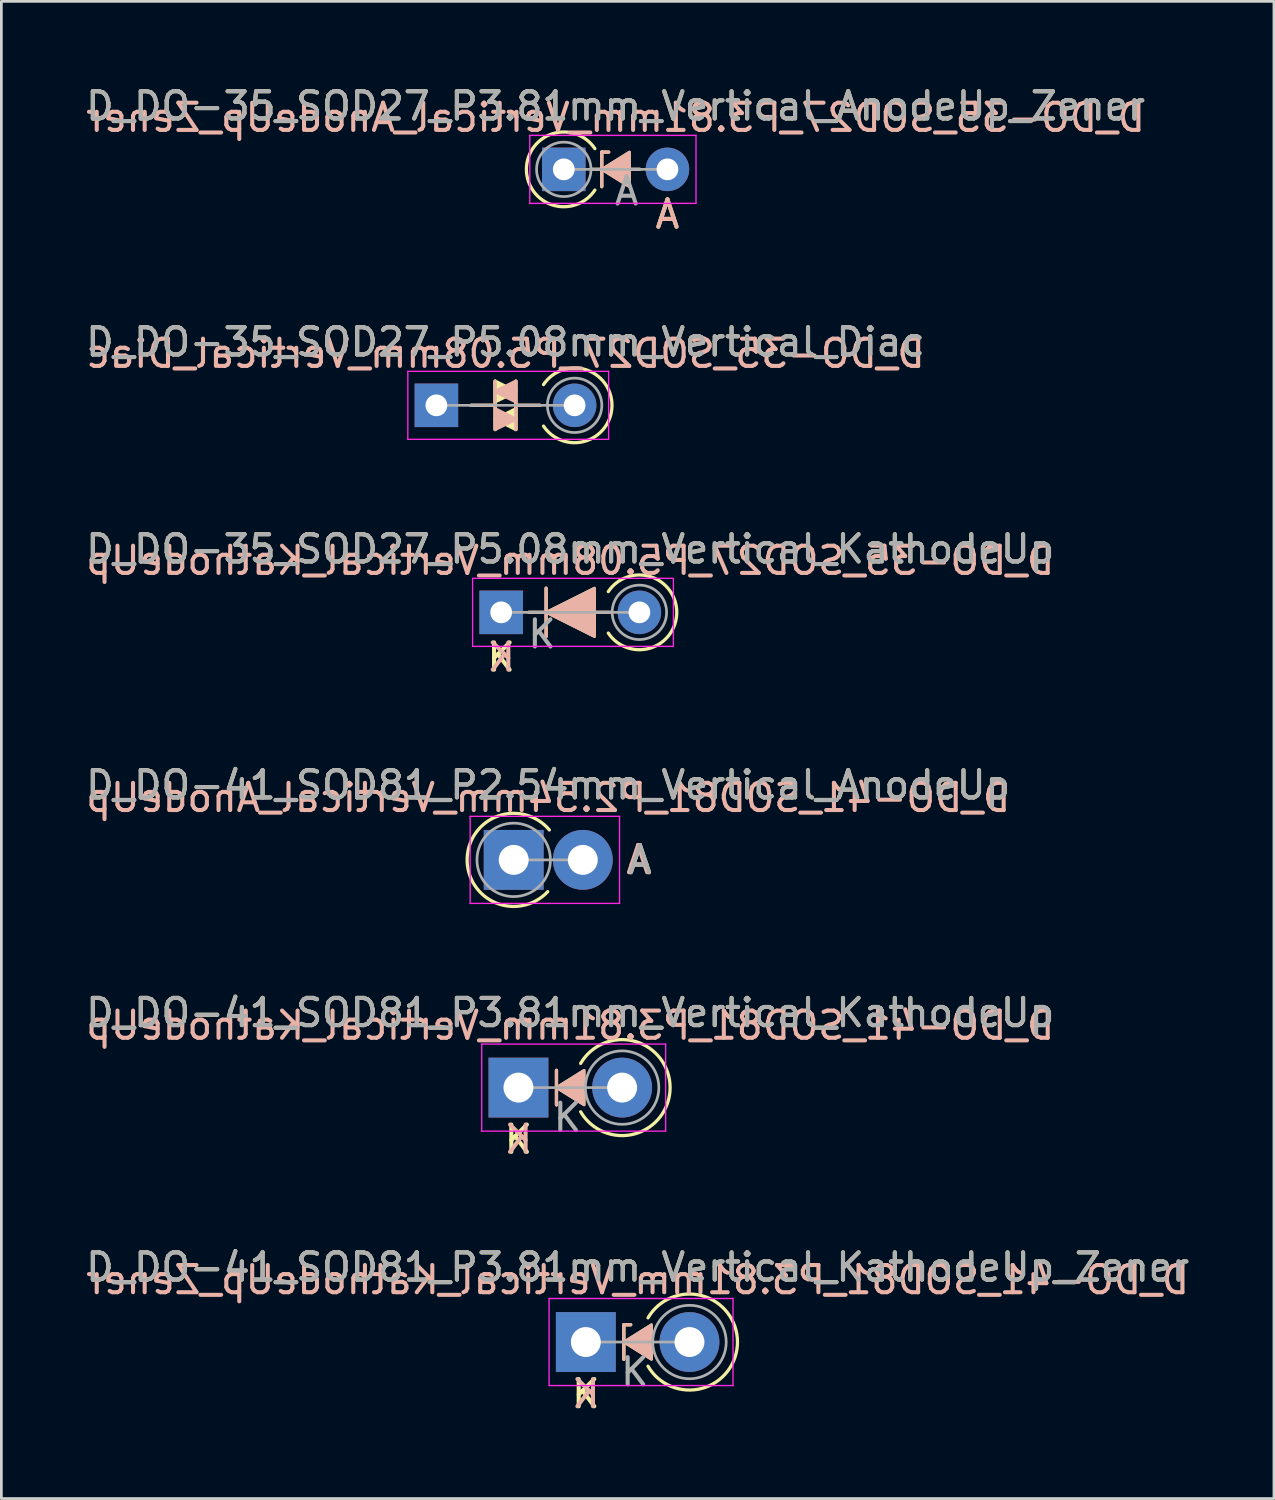
<source format=kicad_pcb>
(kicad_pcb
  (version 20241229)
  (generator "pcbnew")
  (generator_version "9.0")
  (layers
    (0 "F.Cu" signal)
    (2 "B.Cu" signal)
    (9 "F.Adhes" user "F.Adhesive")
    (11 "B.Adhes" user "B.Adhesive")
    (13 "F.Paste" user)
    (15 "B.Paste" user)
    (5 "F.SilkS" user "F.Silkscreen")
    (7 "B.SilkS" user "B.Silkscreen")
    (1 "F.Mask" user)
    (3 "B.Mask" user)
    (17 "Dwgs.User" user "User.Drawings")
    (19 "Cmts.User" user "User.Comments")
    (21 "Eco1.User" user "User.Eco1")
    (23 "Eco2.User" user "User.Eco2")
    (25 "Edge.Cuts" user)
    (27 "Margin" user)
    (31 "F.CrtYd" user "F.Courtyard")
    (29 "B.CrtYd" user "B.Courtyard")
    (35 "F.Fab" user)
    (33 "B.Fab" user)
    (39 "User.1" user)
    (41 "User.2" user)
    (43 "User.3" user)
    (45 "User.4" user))
  (footprint "D_DO-41_SOD81_P2.54mm_Vertical_AnodeUp"
    (layer "F.Cu")
    (at 15.831 28.555)
    (property "Reference" "D_DO-41_SOD81_P2.54mm_Vertical_AnodeUp" (at 1.27 -2.751 0) (layer "F.SilkS") (effects (font (size 1 1) (thickness 0.15))))
    (fp_arc (start 1.251551 1.167366) (mid -1.710877 -0.044974) (end 1.311153 -1.1) (stroke (width 0.12) (type solid)) (layer "F.SilkS"))
    (fp_line (start -1.6 -1.6) (end -1.6 1.6) (stroke (width 0.05) (type solid)) (layer "F.CrtYd"))
    (fp_line (start -1.6 1.6) (end 3.89 1.6) (stroke (width 0.05) (type solid)) (layer "F.CrtYd"))
    (fp_line (start 3.89 -1.6) (end -1.6 -1.6) (stroke (width 0.05) (type solid)) (layer "F.CrtYd"))
    (fp_line (start 3.89 1.6) (end 3.89 -1.6) (stroke (width 0.05) (type solid)) (layer "F.CrtYd"))
    (fp_line (start 0 0) (end 2.54 0) (stroke (width 0.1) (type solid)) (layer "F.Fab"))
    (fp_circle (center 0 0) (end 1.35 0) (stroke (width 0.1) (type solid)) (fill no) (layer "F.Fab"))
    (fp_text user "A" (at 4.64 0 0) (layer "F.SilkS") (effects (font (size 1 1) (thickness 0.15))))
    (fp_text user "A" (at 4.572 0 0) (layer "B.SilkS") (effects (font (size 1 1) (thickness 0.15)) (justify mirror)))
    (fp_text user "${REFERENCE}" (at 1.27 -2.286 0) (layer "B.SilkS") (effects (font (size 1 1) (thickness 0.15)) (justify mirror)))
    (fp_text user "A" (at 4.64 0 0) (layer "F.Fab") (effects (font (size 1 1) (thickness 0.15))))
    (fp_text user "${REFERENCE}" (at 1.27 -2.751 0) (layer "F.Fab") (effects (font (size 1 1) (thickness 0.15))))
    (pad "1" thru_hole rect (at 0 0) (size 2.2 2.2) (drill 1.1) (layers "*.Cu" "*.Mask"))
    (pad "2" thru_hole oval (at 2.54 0) (size 2.2 2.2) (drill 1.1) (layers "*.Cu" "*.Mask")))
  (footprint "D_DO-41_SOD81_P3.81mm_Vertical_KathodeUp_Zener"
    (layer "F.Cu")
    (at 18.482 46.277)
    (property "Reference" "D_DO-41_SOD81_P3.81mm_Vertical_KathodeUp_Zener" (at 1.905 -2.751 0) (layer "F.SilkS") (effects (font (size 1 1) (thickness 0.15))))
    (fp_line (start 1.397 -0.635) (end 1.397 0.635) (stroke (width 0.12) (type solid)) (layer "F.SilkS"))
    (fp_line (start 1.397 -0.635) (end 1.651 -0.635) (stroke (width 0.12) (type solid)) (layer "F.SilkS"))
    (fp_arc (start 2.286 -0.888999) (mid 5.574339 0.000001) (end 2.286 0.889) (stroke (width 0.12) (type solid)) (layer "F.SilkS"))
    (fp_poly (pts (xy 2.413 0.635) (xy 1.397 0) (xy 2.413 -0.635)) (stroke (width 0.1) (type solid)) (fill yes) (layer "F.SilkS"))
    (fp_line (start 1.397 -0.635) (end 1.651 -0.635) (stroke (width 0.12) (type solid)) (layer "B.SilkS"))
    (fp_line (start 1.397 0.635) (end 1.397 -0.635) (stroke (width 0.12) (type solid)) (layer "B.SilkS"))
    (fp_poly (pts (xy 2.413 -0.635) (xy 1.397 0) (xy 2.413 0.635)) (stroke (width 0.1) (type solid)) (fill yes) (layer "B.SilkS"))
    (fp_line (start -1.35 -1.6) (end -1.35 1.6) (stroke (width 0.05) (type solid)) (layer "F.CrtYd"))
    (fp_line (start -1.35 1.6) (end 5.41 1.6) (stroke (width 0.05) (type solid)) (layer "F.CrtYd"))
    (fp_line (start 5.41 -1.6) (end -1.35 -1.6) (stroke (width 0.05) (type solid)) (layer "F.CrtYd"))
    (fp_line (start 5.41 1.6) (end 5.41 -1.6) (stroke (width 0.05) (type solid)) (layer "F.CrtYd"))
    (fp_line (start 0 0) (end 3.81 0) (stroke (width 0.1) (type solid)) (layer "F.Fab"))
    (fp_circle (center 3.81 0) (end 5.16 0) (stroke (width 0.1) (type solid)) (fill no) (layer "F.Fab"))
    (fp_text user "K" (at 0 1.905 0) (layer "F.SilkS") (effects (font (size 1 1) (thickness 0.15))))
    (fp_text user "K" (at 0 1.905 0) (layer "B.SilkS") (effects (font (size 1 1) (thickness 0.15)) (justify mirror)))
    (fp_text user "${REFERENCE}" (at 1.905 -2.286 0) (layer "B.SilkS") (effects (font (size 1 1) (thickness 0.15)) (justify mirror)))
    (fp_text user "${REFERENCE}" (at 1.905 -2.751 0) (layer "F.Fab") (effects (font (size 1 1) (thickness 0.15))))
    (fp_text user "K" (at 1.8 1.1 0) (layer "F.Fab") (effects (font (size 1 1) (thickness 0.15))))
    (pad "1" thru_hole rect (at 0 0) (size 2.2 2.2) (drill 1.1) (layers "*.Cu" "*.Mask"))
    (pad "2" thru_hole oval (at 3.81 0) (size 2.2 2.2) (drill 1.1) (layers "*.Cu" "*.Mask")))
  (footprint "D_DO-41_SOD81_P3.81mm_Vertical_KathodeUp"
    (layer "F.Cu")
    (at 16.006 36.925)
    (property "Reference" "D_DO-41_SOD81_P3.81mm_Vertical_KathodeUp" (at 1.905 -2.751 0) (layer "F.SilkS") (effects (font (size 1 1) (thickness 0.15))))
    (fp_line (start 1.397 -0.635) (end 1.397 0.635) (stroke (width 0.12) (type solid)) (layer "F.SilkS"))
    (fp_arc (start 2.286 -0.888999) (mid 5.574339 0.000001) (end 2.286 0.889) (stroke (width 0.12) (type solid)) (layer "F.SilkS"))
    (fp_poly (pts (xy 2.413 0.635) (xy 1.397 0) (xy 2.413 -0.635)) (stroke (width 0.1) (type solid)) (fill yes) (layer "F.SilkS"))
    (fp_line (start 1.397 0.635) (end 1.397 -0.635) (stroke (width 0.12) (type solid)) (layer "B.SilkS"))
    (fp_poly (pts (xy 2.413 -0.635) (xy 1.397 0) (xy 2.413 0.635)) (stroke (width 0.1) (type solid)) (fill yes) (layer "B.SilkS"))
    (fp_line (start -1.35 -1.6) (end -1.35 1.6) (stroke (width 0.05) (type solid)) (layer "F.CrtYd"))
    (fp_line (start -1.35 1.6) (end 5.41 1.6) (stroke (width 0.05) (type solid)) (layer "F.CrtYd"))
    (fp_line (start 5.41 -1.6) (end -1.35 -1.6) (stroke (width 0.05) (type solid)) (layer "F.CrtYd"))
    (fp_line (start 5.41 1.6) (end 5.41 -1.6) (stroke (width 0.05) (type solid)) (layer "F.CrtYd"))
    (fp_line (start 0 0) (end 3.81 0) (stroke (width 0.1) (type solid)) (layer "F.Fab"))
    (fp_circle (center 3.81 0) (end 5.16 0) (stroke (width 0.1) (type solid)) (fill no) (layer "F.Fab"))
    (fp_text user "K" (at 0 1.905 0) (layer "F.SilkS") (effects (font (size 1 1) (thickness 0.15))))
    (fp_text user "${REFERENCE}" (at 1.905 -2.286 0) (layer "B.SilkS") (effects (font (size 1 1) (thickness 0.15)) (justify mirror)))
    (fp_text user "K" (at 0 1.905 0) (layer "B.SilkS") (effects (font (size 1 1) (thickness 0.15)) (justify mirror)))
    (fp_text user "K" (at 1.8 1.1 0) (layer "F.Fab") (effects (font (size 1 1) (thickness 0.15))))
    (fp_text user "${REFERENCE}" (at 1.905 -2.751 0) (layer "F.Fab") (effects (font (size 1 1) (thickness 0.15))))
    (pad "1" thru_hole rect (at 0 0) (size 2.2 2.2) (drill 1.1) (layers "*.Cu" "*.Mask"))
    (pad "2" thru_hole oval (at 3.81 0) (size 2.2 2.2) (drill 1.1) (layers "*.Cu" "*.Mask")))
  (footprint "D_DO-35_SOD27_P5.08mm_Vertical_Diac"
    (layer "F.Cu")
    (at 12.99 11.848)
    (property "Reference" "D_DO-35_SOD27_P5.08mm_Vertical_Diac" (at 2.54 -2.326 0) (layer "F.SilkS") (effects (font (size 1 1) (thickness 0.15))))
    (fp_line (start 1.27 0) (end 2.159 0) (stroke (width 0.12) (type solid)) (layer "F.SilkS"))
    (fp_line (start 2.159 -0.889) (end 2.159 0.889) (stroke (width 0.12) (type solid)) (layer "F.SilkS"))
    (fp_line (start 2.921 -0.889) (end 2.921 0.889) (stroke (width 0.12) (type solid)) (layer "F.SilkS"))
    (fp_line (start 3.81 0) (end 2.921 0) (stroke (width 0.12) (type solid)) (layer "F.SilkS"))
    (fp_arc (start 3.937 -0.761998) (mid 6.453713 0.000001) (end 3.937 0.762) (stroke (width 0.12) (type solid)) (layer "F.SilkS"))
    (fp_poly (pts (xy 2.921 -0.508) (xy 2.159 -0.127) (xy 2.159 -0.889)) (stroke (width 0.12) (type solid)) (fill yes) (layer "F.SilkS"))
    (fp_poly (pts (xy 2.921 0.889) (xy 2.159 0.508) (xy 2.921 0.127)) (stroke (width 0.12) (type solid)) (fill yes) (layer "F.SilkS"))
    (fp_line (start 1.27 0) (end 2.159 0) (stroke (width 0.12) (type solid)) (layer "B.SilkS"))
    (fp_line (start 2.159 0.889) (end 2.159 -0.889) (stroke (width 0.12) (type solid)) (layer "B.SilkS"))
    (fp_line (start 2.921 0.889) (end 2.921 -0.889) (stroke (width 0.12) (type solid)) (layer "B.SilkS"))
    (fp_line (start 3.81 0) (end 2.921 0) (stroke (width 0.12) (type solid)) (layer "B.SilkS"))
    (fp_poly (pts (xy 2.921 -0.889) (xy 2.159 -0.508) (xy 2.921 -0.127)) (stroke (width 0.12) (type solid)) (fill yes) (layer "B.SilkS"))
    (fp_poly (pts (xy 2.921 0.508) (xy 2.159 0.127) (xy 2.159 0.889)) (stroke (width 0.12) (type solid)) (fill yes) (layer "B.SilkS"))
    (fp_line (start -1.05 -1.25) (end -1.05 1.25) (stroke (width 0.05) (type solid)) (layer "F.CrtYd"))
    (fp_line (start -1.05 1.25) (end 6.33 1.25) (stroke (width 0.05) (type solid)) (layer "F.CrtYd"))
    (fp_line (start 6.33 -1.25) (end -1.05 -1.25) (stroke (width 0.05) (type solid)) (layer "F.CrtYd"))
    (fp_line (start 6.33 1.25) (end 6.33 -1.25) (stroke (width 0.05) (type solid)) (layer "F.CrtYd"))
    (fp_line (start 0 0) (end 5.08 0) (stroke (width 0.1) (type solid)) (layer "F.Fab"))
    (fp_circle (center 5.08 0) (end 6.08 0) (stroke (width 0.1) (type solid)) (fill no) (layer "F.Fab"))
    (fp_text user "${REFERENCE}" (at 2.54 -1.905 0) (layer "B.SilkS") (effects (font (size 1 1) (thickness 0.15)) (justify mirror)))
    (fp_text user "${REFERENCE}" (at 2.54 -2.326 0) (layer "F.Fab") (effects (font (size 1 1) (thickness 0.15))))
    (pad "1" thru_hole rect (at 0 0) (size 1.6 1.6) (drill 0.8) (layers "*.Cu" "*.Mask"))
    (pad "2" thru_hole oval (at 5.08 0) (size 1.6 1.6) (drill 0.8) (layers "*.Cu" "*.Mask")))
  (footprint "D_DO-35_SOD27_P5.08mm_Vertical_KathodeUp"
    (layer "F.Cu")
    (at 15.371 19.457)
    (property "Reference" "D_DO-35_SOD27_P5.08mm_Vertical_KathodeUp" (at 2.54 -2.326 0) (layer "F.SilkS") (effects (font (size 1 1) (thickness 0.15))))
    (fp_line (start 1.651 -0.889) (end 1.651 0.889) (stroke (width 0.12) (type solid)) (layer "F.SilkS"))
    (fp_line (start 4.064 0) (end 1.016 0) (stroke (width 0.12) (type solid)) (layer "F.SilkS"))
    (fp_arc (start 3.937 -0.761998) (mid 6.453713 0.000001) (end 3.937 0.762) (stroke (width 0.12) (type solid)) (layer "F.SilkS"))
    (fp_poly (pts (xy 3.429 0.889) (xy 1.651 0) (xy 3.429 -0.889)) (stroke (width 0.1) (type solid)) (fill yes) (layer "F.SilkS"))
    (fp_line (start 1.651 0.889) (end 1.651 -0.889) (stroke (width 0.12) (type solid)) (layer "B.SilkS"))
    (fp_line (start 4.064 0) (end 1.016 0) (stroke (width 0.12) (type solid)) (layer "B.SilkS"))
    (fp_poly (pts (xy 3.429 -0.889) (xy 1.651 0) (xy 3.429 0.889)) (stroke (width 0.1) (type solid)) (fill yes) (layer "B.SilkS"))
    (fp_line (start -1.05 -1.25) (end -1.05 1.25) (stroke (width 0.05) (type solid)) (layer "F.CrtYd"))
    (fp_line (start -1.05 1.25) (end 6.33 1.25) (stroke (width 0.05) (type solid)) (layer "F.CrtYd"))
    (fp_line (start 6.33 -1.25) (end -1.05 -1.25) (stroke (width 0.05) (type solid)) (layer "F.CrtYd"))
    (fp_line (start 6.33 1.25) (end 6.33 -1.25) (stroke (width 0.05) (type solid)) (layer "F.CrtYd"))
    (fp_line (start 0 0) (end 5.08 0) (stroke (width 0.1) (type solid)) (layer "F.Fab"))
    (fp_circle (center 5.08 0) (end 6.08 0) (stroke (width 0.1) (type solid)) (fill no) (layer "F.Fab"))
    (fp_text user "K" (at 0 1.651 0) (layer "F.SilkS") (effects (font (size 1 1) (thickness 0.15))))
    (fp_text user "${REFERENCE}" (at 2.54 -1.905 0) (layer "B.SilkS") (effects (font (size 1 1) (thickness 0.15)) (justify mirror)))
    (fp_text user "K" (at 0 1.651 0) (layer "B.SilkS") (effects (font (size 1 1) (thickness 0.15)) (justify mirror)))
    (fp_text user "${REFERENCE}" (at 2.54 -2.326 0) (layer "F.Fab") (effects (font (size 1 1) (thickness 0.15))))
    (fp_text user "K" (at 1.5 0.8 0) (layer "F.Fab") (effects (font (size 1 1) (thickness 0.15))))
    (pad "1" thru_hole rect (at 0 0) (size 1.6 1.6) (drill 0.8) (layers "*.Cu" "*.Mask"))
    (pad "2" thru_hole oval (at 5.08 0) (size 1.6 1.6) (drill 0.8) (layers "*.Cu" "*.Mask")))
  (footprint "D_DO-35_SOD27_P3.81mm_Vertical_AnodeUp_Zener"
    (layer "F.Cu")
    (at 17.672 3.175)
    (property "Reference" "D_DO-35_SOD27_P3.81mm_Vertical_AnodeUp_Zener" (at 1.905 -2.326 0) (layer "F.SilkS") (effects (font (size 1 1) (thickness 0.15))))
    (fp_line (start 1.397 -0.635) (end 1.397 0.635) (stroke (width 0.12) (type solid)) (layer "F.SilkS"))
    (fp_line (start 1.397 -0.635) (end 1.651 -0.635) (stroke (width 0.12) (type solid)) (layer "F.SilkS"))
    (fp_line (start 2.794 0) (end 1.016 0) (stroke (width 0.12) (type solid)) (layer "F.SilkS"))
    (fp_arc (start 1.142999 0.761999) (mid -1.373714 0) (end 1.142999 -0.761999) (stroke (width 0.12) (type solid)) (layer "F.SilkS"))
    (fp_poly (pts (xy 2.413 0.635) (xy 1.397 0) (xy 2.413 -0.635)) (stroke (width 0.1) (type solid)) (fill yes) (layer "F.SilkS"))
    (fp_line (start 1.397 -0.635) (end 1.651 -0.635) (stroke (width 0.12) (type solid)) (layer "B.SilkS"))
    (fp_line (start 1.397 0.635) (end 1.397 -0.635) (stroke (width 0.12) (type solid)) (layer "B.SilkS"))
    (fp_line (start 2.794 0) (end 1.016 0) (stroke (width 0.12) (type solid)) (layer "B.SilkS"))
    (fp_poly (pts (xy 2.413 -0.635) (xy 1.397 0) (xy 2.413 0.635)) (stroke (width 0.1) (type solid)) (fill yes) (layer "B.SilkS"))
    (fp_line (start -1.25 -1.25) (end -1.25 1.25) (stroke (width 0.05) (type solid)) (layer "F.CrtYd"))
    (fp_line (start -1.25 1.25) (end 4.86 1.25) (stroke (width 0.05) (type solid)) (layer "F.CrtYd"))
    (fp_line (start 4.86 -1.25) (end -1.25 -1.25) (stroke (width 0.05) (type solid)) (layer "F.CrtYd"))
    (fp_line (start 4.86 1.25) (end 4.86 -1.25) (stroke (width 0.05) (type solid)) (layer "F.CrtYd"))
    (fp_line (start 0 0) (end 3.81 0) (stroke (width 0.1) (type solid)) (layer "F.Fab"))
    (fp_circle (center 0 0) (end 1 0) (stroke (width 0.1) (type solid)) (fill no) (layer "F.Fab"))
    (fp_text user "A" (at 3.81 1.651 0) (layer "F.SilkS") (effects (font (size 1 1) (thickness 0.15))))
    (fp_text user "${REFERENCE}" (at 1.905 -1.905 0) (layer "B.SilkS") (effects (font (size 1 1) (thickness 0.15)) (justify mirror)))
    (fp_text user "A" (at 3.81 1.651 0) (layer "B.SilkS") (effects (font (size 1 1) (thickness 0.15)) (justify mirror)))
    (fp_text user "${REFERENCE}" (at 1.905 -2.326 0) (layer "F.Fab") (effects (font (size 1 1) (thickness 0.15))))
    (fp_text user "A" (at 2.31 0.8 0) (layer "F.Fab") (effects (font (size 1 1) (thickness 0.15))))
    (pad "1" thru_hole rect (at 0 0) (size 1.6 1.6) (drill 0.8) (layers "*.Cu" "*.Mask"))
    (pad "2" thru_hole oval (at 3.81 0) (size 1.6 1.6) (drill 0.8) (layers "*.Cu" "*.Mask")))
  (gr_rect
    (start -3 -3)
    (end 43.774 52.031)
    (stroke (width 0.1) (type default))
    (fill no)
    (layer "Edge.Cuts")))
</source>
